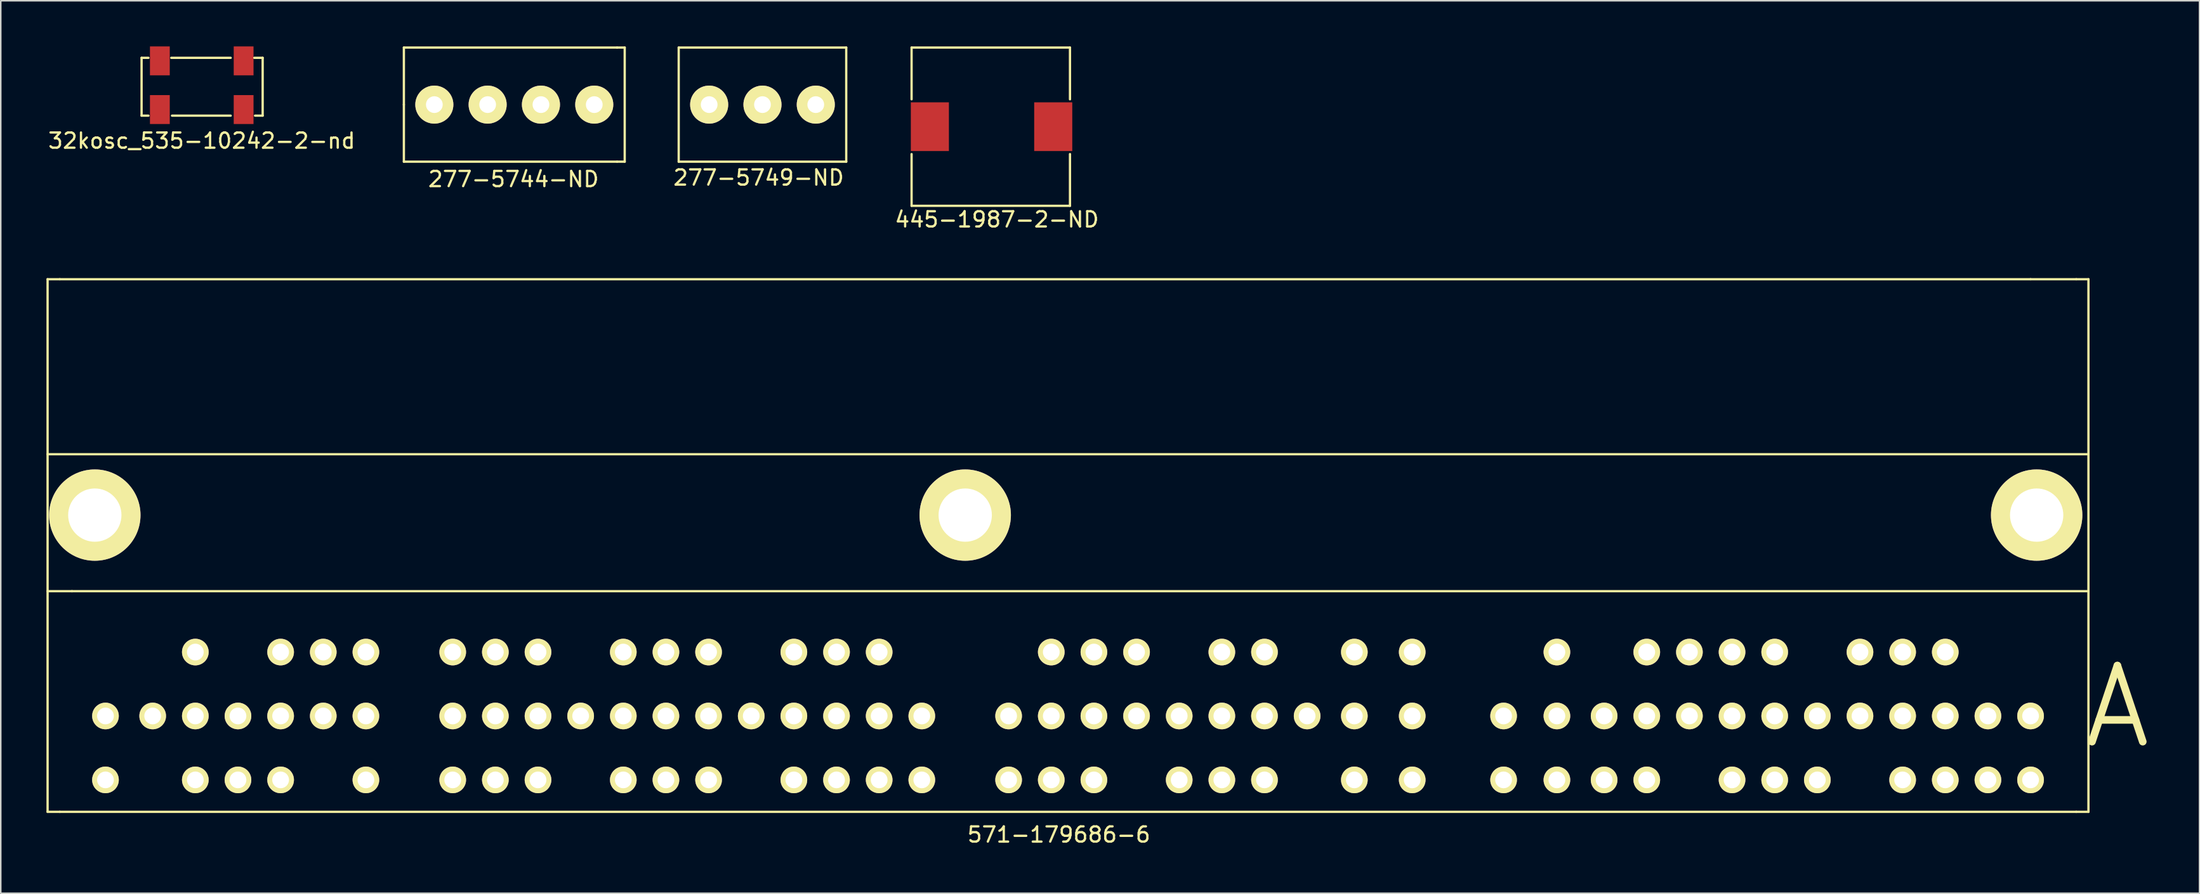
<source format=kicad_pcb>
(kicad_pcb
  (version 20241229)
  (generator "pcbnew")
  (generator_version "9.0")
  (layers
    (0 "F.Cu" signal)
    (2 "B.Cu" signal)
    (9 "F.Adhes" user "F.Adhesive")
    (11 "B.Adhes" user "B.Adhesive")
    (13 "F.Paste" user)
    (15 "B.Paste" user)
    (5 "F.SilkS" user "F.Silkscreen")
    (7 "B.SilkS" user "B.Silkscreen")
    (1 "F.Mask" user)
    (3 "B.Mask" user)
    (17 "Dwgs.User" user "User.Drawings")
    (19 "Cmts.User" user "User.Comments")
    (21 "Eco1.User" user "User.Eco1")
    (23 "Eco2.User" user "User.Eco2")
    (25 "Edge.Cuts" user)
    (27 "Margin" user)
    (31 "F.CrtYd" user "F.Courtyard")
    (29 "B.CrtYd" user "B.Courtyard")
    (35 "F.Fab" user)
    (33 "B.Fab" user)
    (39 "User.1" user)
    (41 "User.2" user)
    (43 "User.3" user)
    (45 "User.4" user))
  (footprint "277-5749-ND"
    (layer "F.Cu")
    (at 43.513 3.825)
    (property "Reference" "277-5749-ND" (at 3.25 4.8 0) (layer "F.SilkS") (effects (font (size 1 1) (thickness 0.15))))
    (attr through_hole)
    (fp_line (start -2 -3.75) (end -2 3.75) (stroke (width 0.15) (type solid)) (layer "F.SilkS"))
    (fp_line (start 9 -3.75) (end -2 -3.75) (stroke (width 0.15) (type solid)) (layer "F.SilkS"))
    (fp_line (start 9 3.75) (end -2 3.75) (stroke (width 0.15) (type solid)) (layer "F.SilkS"))
    (fp_line (start 9 3.75) (end 9 -3.75) (stroke (width 0.15) (type solid)) (layer "F.SilkS"))
    (pad "1" thru_hole circle (at 0 0) (size 2.5 2.5) (drill 1.1) (layers "*.Cu" "*.Mask" "F.SilkS"))
    (pad "2" thru_hole circle (at 3.5 0) (size 2.5 2.5) (drill 1.1) (layers "*.Cu" "*.Mask" "F.SilkS"))
    (pad "3" thru_hole circle (at 7 0) (size 2.5 2.5) (drill 1.1) (layers "*.Cu" "*.Mask" "F.SilkS")))
  (footprint "445-1987-2-ND"
    (layer "F.Cu")
    (at 58.004 5.275)
    (property "Reference" "445-1987-2-ND" (at 4.4 6.1 0) (layer "F.SilkS") (effects (font (size 1 1) (thickness 0.15))))
    (attr through_hole)
    (fp_line (start -1.2 -5.2) (end -1.2 -1.8) (stroke (width 0.15) (type solid)) (layer "F.SilkS"))
    (fp_line (start -1.2 1.8) (end -1.2 5.2) (stroke (width 0.15) (type solid)) (layer "F.SilkS"))
    (fp_line (start -1.2 5.2) (end 9.2 5.2) (stroke (width 0.15) (type solid)) (layer "F.SilkS"))
    (fp_line (start 9.2 -5.2) (end -1.2 -5.2) (stroke (width 0.15) (type solid)) (layer "F.SilkS"))
    (fp_line (start 9.2 -5.2) (end 9.2 -1.8) (stroke (width 0.15) (type solid)) (layer "F.SilkS"))
    (fp_line (start 9.2 5.2) (end 9.2 1.8) (stroke (width 0.15) (type solid)) (layer "F.SilkS"))
    (pad "1" smd rect (at 0 0) (size 2.5 3.2) (layers "F.Cu" "F.Mask" "F.Paste"))
    (pad "2" smd rect (at 8.1 0) (size 2.5 3.2) (layers "F.Cu" "F.Mask" "F.Paste")))
  (footprint "571-179686-6"
    (layer "F.Cu")
    (at 3.875 39.798)
    (property "Reference" "571-179686-6" (at 62.6 12 0) (layer "F.SilkS") (effects (font (size 1 1) (thickness 0.15))))
    (attr through_hole)
    (fp_line (start -3.8 -24.5) (end -3 -24.5) (stroke (width 0.15) (type solid)) (layer "F.SilkS"))
    (fp_line (start -3.8 -13) (end 130.2 -13) (stroke (width 0.15) (type solid)) (layer "F.SilkS"))
    (fp_line (start -3.8 10.5) (end -3.8 -24.5) (stroke (width 0.15) (type solid)) (layer "F.SilkS"))
    (fp_line (start -3 -24.5) (end 126.4 -24.5) (stroke (width 0.15) (type solid)) (layer "F.SilkS"))
    (fp_line (start -3 10.5) (end -3.8 10.5) (stroke (width 0.15) (type solid)) (layer "F.SilkS"))
    (fp_line (start -2.2 -4) (end -3.8 -4) (stroke (width 0.15) (type solid)) (layer "F.SilkS"))
    (fp_line (start 129.4 -24.5) (end 126.4 -24.5) (stroke (width 0.15) (type solid)) (layer "F.SilkS"))
    (fp_line (start 129.4 10.5) (end -3 10.5) (stroke (width 0.15) (type solid)) (layer "F.SilkS"))
    (fp_line (start 129.4 10.5) (end 130.2 10.5) (stroke (width 0.15) (type solid)) (layer "F.SilkS"))
    (fp_line (start 130.2 -24.5) (end 129.4 -24.5) (stroke (width 0.15) (type solid)) (layer "F.SilkS"))
    (fp_line (start 130.2 -4) (end -2.2 -4) (stroke (width 0.15) (type solid)) (layer "F.SilkS"))
    (fp_line (start 130.2 10.5) (end 130.2 -24.5) (stroke (width 0.15) (type solid)) (layer "F.SilkS"))
    (fp_text user "A" (at 132.1 3.6 0) (layer "F.SilkS") (effects (font (size 5 5) (thickness 0.5))))
    (fp_text user "Board Edge" (at 13.6 -14.1 0) (layer "Eco1.User") (effects (font (size 1 1) (thickness 0.15))))
    (fp_text user "CONNECTOR WELL STARTS HERE" (at 18.4 -5 0) (layer "Eco1.User") (effects (font (size 1 1) (thickness 0.15))))
    (pad "A01" thru_hole circle (at 126.4 8.4) (size 1.75 1.75) (drill 1.1) (layers "*.Cu" "*.Mask" "F.SilkS"))
    (pad "A02" thru_hole circle (at 123.6 8.4) (size 1.75 1.75) (drill 1.1) (layers "*.Cu" "*.Mask" "F.SilkS"))
    (pad "A03" thru_hole circle (at 120.8 8.4) (size 1.75 1.75) (drill 1.1) (layers "*.Cu" "*.Mask" "F.SilkS"))
    (pad "A04" thru_hole circle (at 118 8.4) (size 1.75 1.75) (drill 1.1) (layers "*.Cu" "*.Mask" "F.SilkS"))
    (pad "A05" thru_hole circle (at 112.4 8.4) (size 1.75 1.75) (drill 1.1) (layers "*.Cu" "*.Mask" "F.SilkS"))
    (pad "A06" thru_hole circle (at 109.6 8.4) (size 1.75 1.75) (drill 1.1) (layers "*.Cu" "*.Mask" "F.SilkS"))
    (pad "A07" thru_hole circle (at 106.8 8.4) (size 1.75 1.75) (drill 1.1) (layers "*.Cu" "*.Mask" "F.SilkS"))
    (pad "A08" thru_hole circle (at 101.2 8.4) (size 1.75 1.75) (drill 1.1) (layers "*.Cu" "*.Mask" "F.SilkS"))
    (pad "A09" thru_hole circle (at 98.4 8.4) (size 1.75 1.75) (drill 1.1) (layers "*.Cu" "*.Mask" "F.SilkS"))
    (pad "A10" thru_hole circle (at 95.3 8.4) (size 1.75 1.75) (drill 1.1) (layers "*.Cu" "*.Mask" "F.SilkS"))
    (pad "A11" thru_hole circle (at 91.8 8.4) (size 1.75 1.75) (drill 1.1) (layers "*.Cu" "*.Mask" "F.SilkS"))
    (pad "A12" thru_hole circle (at 126.4 4.2) (size 1.75 1.75) (drill 1.1) (layers "*.Cu" "*.Mask" "F.SilkS"))
    (pad "A13" thru_hole circle (at 123.6 4.2) (size 1.75 1.75) (drill 1.1) (layers "*.Cu" "*.Mask" "F.SilkS"))
    (pad "A14" thru_hole circle (at 120.8 4.2) (size 1.75 1.75) (drill 1.1) (layers "*.Cu" "*.Mask" "F.SilkS"))
    (pad "A15" thru_hole circle (at 118 4.2) (size 1.75 1.75) (drill 1.1) (layers "*.Cu" "*.Mask" "F.SilkS"))
    (pad "A16" thru_hole circle (at 115.2 4.2) (size 1.75 1.75) (drill 1.1) (layers "*.Cu" "*.Mask" "F.SilkS"))
    (pad "A17" thru_hole circle (at 112.4 4.2) (size 1.75 1.75) (drill 1.1) (layers "*.Cu" "*.Mask" "F.SilkS"))
    (pad "A18" thru_hole circle (at 109.6 4.2) (size 1.75 1.75) (drill 1.1) (layers "*.Cu" "*.Mask" "F.SilkS"))
    (pad "A19" thru_hole circle (at 106.8 4.2) (size 1.75 1.75) (drill 1.1) (layers "*.Cu" "*.Mask" "F.SilkS"))
    (pad "A20" thru_hole circle (at 104 4.2) (size 1.75 1.75) (drill 1.1) (layers "*.Cu" "*.Mask" "F.SilkS"))
    (pad "A21" thru_hole circle (at 101.2 4.2) (size 1.75 1.75) (drill 1.1) (layers "*.Cu" "*.Mask" "F.SilkS"))
    (pad "A22" thru_hole circle (at 98.4 4.2) (size 1.75 1.75) (drill 1.1) (layers "*.Cu" "*.Mask" "F.SilkS"))
    (pad "A23" thru_hole circle (at 95.3 4.2) (size 1.75 1.75) (drill 1.1) (layers "*.Cu" "*.Mask" "F.SilkS"))
    (pad "A24" thru_hole circle (at 91.8 4.2) (size 1.75 1.75) (drill 1.1) (layers "*.Cu" "*.Mask" "F.SilkS"))
    (pad "A25" thru_hole circle (at 120.8 0) (size 1.75 1.75) (drill 1.1) (layers "*.Cu" "*.Mask" "F.SilkS"))
    (pad "A26" thru_hole circle (at 118 0) (size 1.75 1.75) (drill 1.1) (layers "*.Cu" "*.Mask" "F.SilkS"))
    (pad "A27" thru_hole circle (at 115.2 0) (size 1.75 1.75) (drill 1.1) (layers "*.Cu" "*.Mask" "F.SilkS"))
    (pad "A28" thru_hole circle (at 109.6 0) (size 1.75 1.75) (drill 1.1) (layers "*.Cu" "*.Mask" "F.SilkS"))
    (pad "A29" thru_hole circle (at 106.8 0) (size 1.75 1.75) (drill 1.1) (layers "*.Cu" "*.Mask" "F.SilkS"))
    (pad "A30" thru_hole circle (at 104 0) (size 1.75 1.75) (drill 1.1) (layers "*.Cu" "*.Mask" "F.SilkS"))
    (pad "A31" thru_hole circle (at 101.2 0) (size 1.75 1.75) (drill 1.1) (layers "*.Cu" "*.Mask" "F.SilkS"))
    (pad "A32" thru_hole circle (at 95.3 0) (size 1.75 1.75) (drill 1.1) (layers "*.Cu" "*.Mask" "F.SilkS"))
    (pad "B01" thru_hole circle (at 85.8 8.4) (size 1.75 1.75) (drill 1.1) (layers "*.Cu" "*.Mask" "F.SilkS"))
    (pad "B02" thru_hole circle (at 82 8.4) (size 1.75 1.75) (drill 1.1) (layers "*.Cu" "*.Mask" "F.SilkS"))
    (pad "B03" thru_hole circle (at 76.1 8.4) (size 1.75 1.75) (drill 1.1) (layers "*.Cu" "*.Mask" "F.SilkS"))
    (pad "B04" thru_hole circle (at 73.3 8.4) (size 1.75 1.75) (drill 1.1) (layers "*.Cu" "*.Mask" "F.SilkS"))
    (pad "B05" thru_hole circle (at 70.5 8.4) (size 1.75 1.75) (drill 1.1) (layers "*.Cu" "*.Mask" "F.SilkS"))
    (pad "B06" thru_hole circle (at 64.9 8.4) (size 1.75 1.75) (drill 1.1) (layers "*.Cu" "*.Mask" "F.SilkS"))
    (pad "B07" thru_hole circle (at 62.1 8.4) (size 1.75 1.75) (drill 1.1) (layers "*.Cu" "*.Mask" "F.SilkS"))
    (pad "B08" thru_hole circle (at 59.3 8.4) (size 1.75 1.75) (drill 1.1) (layers "*.Cu" "*.Mask" "F.SilkS"))
    (pad "B09" thru_hole circle (at 85.8 4.2) (size 1.75 1.75) (drill 1.1) (layers "*.Cu" "*.Mask" "F.SilkS"))
    (pad "B10" thru_hole circle (at 82 4.2) (size 1.75 1.75) (drill 1.1) (layers "*.Cu" "*.Mask" "F.SilkS"))
    (pad "B11" thru_hole circle (at 78.9 4.2) (size 1.75 1.75) (drill 1.1) (layers "*.Cu" "*.Mask" "F.SilkS"))
    (pad "B12" thru_hole circle (at 76.1 4.2) (size 1.75 1.75) (drill 1.1) (layers "*.Cu" "*.Mask" "F.SilkS"))
    (pad "B13" thru_hole circle (at 73.3 4.2) (size 1.75 1.75) (drill 1.1) (layers "*.Cu" "*.Mask" "F.SilkS"))
    (pad "B14" thru_hole circle (at 70.5 4.2) (size 1.75 1.75) (drill 1.1) (layers "*.Cu" "*.Mask" "F.SilkS"))
    (pad "B15" thru_hole circle (at 67.7 4.2) (size 1.75 1.75) (drill 1.1) (layers "*.Cu" "*.Mask" "F.SilkS"))
    (pad "B16" thru_hole circle (at 64.9 4.2) (size 1.75 1.75) (drill 1.1) (layers "*.Cu" "*.Mask" "F.SilkS"))
    (pad "B17" thru_hole circle (at 62.1 4.2) (size 1.75 1.75) (drill 1.1) (layers "*.Cu" "*.Mask" "F.SilkS"))
    (pad "B18" thru_hole circle (at 59.3 4.2) (size 1.75 1.75) (drill 1.1) (layers "*.Cu" "*.Mask" "F.SilkS"))
    (pad "B19" thru_hole circle (at 85.8 0) (size 1.75 1.75) (drill 1.1) (layers "*.Cu" "*.Mask" "F.SilkS"))
    (pad "B20" thru_hole circle (at 82 0) (size 1.75 1.75) (drill 1.1) (layers "*.Cu" "*.Mask" "F.SilkS"))
    (pad "B21" thru_hole circle (at 76.1 0) (size 1.75 1.75) (drill 1.1) (layers "*.Cu" "*.Mask" "F.SilkS"))
    (pad "B22" thru_hole circle (at 73.3 0) (size 1.75 1.75) (drill 1.1) (layers "*.Cu" "*.Mask" "F.SilkS"))
    (pad "B23" thru_hole circle (at 67.7 0) (size 1.75 1.75) (drill 1.1) (layers "*.Cu" "*.Mask" "F.SilkS"))
    (pad "B24" thru_hole circle (at 64.9 0) (size 1.75 1.75) (drill 1.1) (layers "*.Cu" "*.Mask" "F.SilkS"))
    (pad "B25" thru_hole circle (at 62.1 0) (size 1.75 1.75) (drill 1.1) (layers "*.Cu" "*.Mask" "F.SilkS"))
    (pad "C01" thru_hole circle (at 53.6 8.4) (size 1.75 1.75) (drill 1.1) (layers "*.Cu" "*.Mask" "F.SilkS"))
    (pad "C02" thru_hole circle (at 50.8 8.4) (size 1.75 1.75) (drill 1.1) (layers "*.Cu" "*.Mask" "F.SilkS"))
    (pad "C03" thru_hole circle (at 48 8.4) (size 1.75 1.75) (drill 1.1) (layers "*.Cu" "*.Mask" "F.SilkS"))
    (pad "C04" thru_hole circle (at 45.2 8.4) (size 1.75 1.75) (drill 1.1) (layers "*.Cu" "*.Mask" "F.SilkS"))
    (pad "C05" thru_hole circle (at 39.6 8.4) (size 1.75 1.75) (drill 1.1) (layers "*.Cu" "*.Mask" "F.SilkS"))
    (pad "C06" thru_hole circle (at 36.8 8.4) (size 1.75 1.75) (drill 1.1) (layers "*.Cu" "*.Mask" "F.SilkS"))
    (pad "C07" thru_hole circle (at 34 8.4) (size 1.75 1.75) (drill 1.1) (layers "*.Cu" "*.Mask" "F.SilkS"))
    (pad "C08" thru_hole circle (at 28.4 8.4) (size 1.75 1.75) (drill 1.1) (layers "*.Cu" "*.Mask" "F.SilkS"))
    (pad "C09" thru_hole circle (at 25.6 8.4) (size 1.75 1.75) (drill 1.1) (layers "*.Cu" "*.Mask" "F.SilkS"))
    (pad "C10" thru_hole circle (at 22.8 8.4) (size 1.75 1.75) (drill 1.1) (layers "*.Cu" "*.Mask" "F.SilkS"))
    (pad "C11" thru_hole circle (at 53.6 4.2) (size 1.75 1.75) (drill 1.1) (layers "*.Cu" "*.Mask" "F.SilkS"))
    (pad "C12" thru_hole circle (at 50.8 4.2) (size 1.75 1.75) (drill 1.1) (layers "*.Cu" "*.Mask" "F.SilkS"))
    (pad "C13" thru_hole circle (at 48 4.2) (size 1.75 1.75) (drill 1.1) (layers "*.Cu" "*.Mask" "F.SilkS"))
    (pad "C14" thru_hole circle (at 45.2 4.2) (size 1.75 1.75) (drill 1.1) (layers "*.Cu" "*.Mask" "F.SilkS"))
    (pad "C15" thru_hole circle (at 42.4 4.2) (size 1.75 1.75) (drill 1.1) (layers "*.Cu" "*.Mask" "F.SilkS"))
    (pad "C16" thru_hole circle (at 39.6 4.2) (size 1.75 1.75) (drill 1.1) (layers "*.Cu" "*.Mask" "F.SilkS"))
    (pad "C17" thru_hole circle (at 36.8 4.2) (size 1.75 1.75) (drill 1.1) (layers "*.Cu" "*.Mask" "F.SilkS"))
    (pad "C18" thru_hole circle (at 34 4.2) (size 1.75 1.75) (drill 1.1) (layers "*.Cu" "*.Mask" "F.SilkS"))
    (pad "C19" thru_hole circle (at 31.2 4.2) (size 1.75 1.75) (drill 1.1) (layers "*.Cu" "*.Mask" "F.SilkS"))
    (pad "C20" thru_hole circle (at 28.4 4.2) (size 1.75 1.75) (drill 1.1) (layers "*.Cu" "*.Mask" "F.SilkS"))
    (pad "C21" thru_hole circle (at 25.6 4.2) (size 1.75 1.75) (drill 1.1) (layers "*.Cu" "*.Mask" "F.SilkS"))
    (pad "C22" thru_hole circle (at 22.8 4.2) (size 1.75 1.75) (drill 1.1) (layers "*.Cu" "*.Mask" "F.SilkS"))
    (pad "C23" thru_hole circle (at 50.8 0) (size 1.75 1.75) (drill 1.1) (layers "*.Cu" "*.Mask" "F.SilkS"))
    (pad "C24" thru_hole circle (at 48 0) (size 1.75 1.75) (drill 1.1) (layers "*.Cu" "*.Mask" "F.SilkS"))
    (pad "C25" thru_hole circle (at 45.2 0) (size 1.75 1.75) (drill 1.1) (layers "*.Cu" "*.Mask" "F.SilkS"))
    (pad "C26" thru_hole circle (at 39.6 0) (size 1.75 1.75) (drill 1.1) (layers "*.Cu" "*.Mask" "F.SilkS"))
    (pad "C27" thru_hole circle (at 36.8 0) (size 1.75 1.75) (drill 1.1) (layers "*.Cu" "*.Mask" "F.SilkS"))
    (pad "C28" thru_hole circle (at 34 0) (size 1.75 1.75) (drill 1.1) (layers "*.Cu" "*.Mask" "F.SilkS"))
    (pad "C29" thru_hole circle (at 28.4 0) (size 1.75 1.75) (drill 1.1) (layers "*.Cu" "*.Mask" "F.SilkS"))
    (pad "C30" thru_hole circle (at 25.6 0) (size 1.75 1.75) (drill 1.1) (layers "*.Cu" "*.Mask" "F.SilkS"))
    (pad "C31" thru_hole circle (at 22.8 0) (size 1.75 1.75) (drill 1.1) (layers "*.Cu" "*.Mask" "F.SilkS"))
    (pad "D01" thru_hole circle (at 17.1 8.4) (size 1.75 1.75) (drill 1.1) (layers "*.Cu" "*.Mask" "F.SilkS"))
    (pad "D02" thru_hole circle (at 11.5 8.4) (size 1.75 1.75) (drill 1.1) (layers "*.Cu" "*.Mask" "F.SilkS"))
    (pad "D03" thru_hole circle (at 8.7 8.4) (size 1.75 1.75) (drill 1.1) (layers "*.Cu" "*.Mask" "F.SilkS"))
    (pad "D04" thru_hole circle (at 5.9 8.4) (size 1.75 1.75) (drill 1.1) (layers "*.Cu" "*.Mask" "F.SilkS"))
    (pad "D05" thru_hole circle (at 0 8.4) (size 1.75 1.75) (drill 1.1) (layers "*.Cu" "*.Mask" "F.SilkS"))
    (pad "D06" thru_hole circle (at 17.1 4.2) (size 1.75 1.75) (drill 1.1) (layers "*.Cu" "*.Mask" "F.SilkS"))
    (pad "D07" thru_hole circle (at 14.3 4.2) (size 1.75 1.75) (drill 1.1) (layers "*.Cu" "*.Mask" "F.SilkS"))
    (pad "D08" thru_hole circle (at 11.5 4.2) (size 1.75 1.75) (drill 1.1) (layers "*.Cu" "*.Mask" "F.SilkS"))
    (pad "D09" thru_hole circle (at 8.7 4.2) (size 1.75 1.75) (drill 1.1) (layers "*.Cu" "*.Mask" "F.SilkS"))
    (pad "D10" thru_hole circle (at 5.9 4.2) (size 1.75 1.75) (drill 1.1) (layers "*.Cu" "*.Mask" "F.SilkS"))
    (pad "D11" thru_hole circle (at 3.1 4.2) (size 1.75 1.75) (drill 1.1) (layers "*.Cu" "*.Mask" "F.SilkS"))
    (pad "D12" thru_hole circle (at 0 4.2) (size 1.75 1.75) (drill 1.1) (layers "*.Cu" "*.Mask" "F.SilkS"))
    (pad "D13" thru_hole circle (at 17.1 0) (size 1.75 1.75) (drill 1.1) (layers "*.Cu" "*.Mask" "F.SilkS"))
    (pad "D14" thru_hole circle (at 14.3 0) (size 1.75 1.75) (drill 1.1) (layers "*.Cu" "*.Mask" "F.SilkS"))
    (pad "D15" thru_hole circle (at 11.5 0) (size 1.75 1.75) (drill 1.1) (layers "*.Cu" "*.Mask" "F.SilkS"))
    (pad "D16" thru_hole circle (at 5.9 0) (size 1.75 1.75) (drill 1.1) (layers "*.Cu" "*.Mask" "F.SilkS"))
    (pad "MECH" thru_hole circle (at -0.7 -9) (size 6 6) (drill 3.5) (layers "*.Cu" "*.Mask" "F.SilkS"))
    (pad "MECH" thru_hole circle (at 56.45 -9) (size 6 6) (drill 3.5) (layers "*.Cu" "*.Mask" "F.SilkS"))
    (pad "MECH" thru_hole circle (at 126.8 -9) (size 6 6) (drill 3.5) (layers "*.Cu" "*.Mask" "F.SilkS")))
  (footprint "32kosc_535-10242-2-nd"
    (layer "F.Cu")
    (at 7.446 4.15)
    (property "Reference" "32kosc_535-10242-2-nd" (at 2.75 2.05 0) (layer "F.SilkS") (effects (font (size 1 1) (thickness 0.15))))
    (attr through_hole)
    (fp_line (start -1.2 -3.4) (end -1.2 0.4) (stroke (width 0.15) (type solid)) (layer "F.SilkS"))
    (fp_line (start -1.2 0.4) (end -0.75 0.4) (stroke (width 0.15) (type solid)) (layer "F.SilkS"))
    (fp_line (start -0.75 -3.4) (end -1.2 -3.4) (stroke (width 0.15) (type solid)) (layer "F.SilkS"))
    (fp_line (start 0.75 -3.4) (end 4.65 -3.4) (stroke (width 0.15) (type solid)) (layer "F.SilkS"))
    (fp_line (start 0.8 0.4) (end 4.65 0.4) (stroke (width 0.15) (type solid)) (layer "F.SilkS"))
    (fp_line (start 6.2 -3.4) (end 6.75 -3.4) (stroke (width 0.15) (type solid)) (layer "F.SilkS"))
    (fp_line (start 6.25 0.4) (end 6.75 0.4) (stroke (width 0.15) (type solid)) (layer "F.SilkS"))
    (fp_line (start 6.75 0.4) (end 6.75 -3.4) (stroke (width 0.15) (type solid)) (layer "F.SilkS"))
    (pad "1" smd rect (at 0 0) (size 1.3 1.9) (layers "F.Cu" "F.Mask" "F.Paste"))
    (pad "2" smd rect (at 5.5 0) (size 1.3 1.9) (layers "F.Cu" "F.Mask" "F.Paste"))
    (pad "3" smd rect (at 5.5 -3.2) (size 1.3 1.9) (layers "F.Cu" "F.Mask" "F.Paste"))
    (pad "4" smd rect (at 0 -3.2) (size 1.3 1.9) (layers "F.Cu" "F.Mask" "F.Paste")))
  (footprint "277-5744-ND"
    (layer "F.Cu")
    (at 25.468 3.825)
    (property "Reference" "277-5744-ND" (at 5.2 4.9 0) (layer "F.SilkS") (effects (font (size 1 1) (thickness 0.15))))
    (attr through_hole)
    (fp_line (start -2 -3.75) (end 12 -3.75) (stroke (width 0.15) (type solid)) (layer "F.SilkS"))
    (fp_line (start -2 0) (end -2 -3.75) (stroke (width 0.15) (type solid)) (layer "F.SilkS"))
    (fp_line (start -2 0) (end -2 3.75) (stroke (width 0.15) (type solid)) (layer "F.SilkS"))
    (fp_line (start -2 3.75) (end 12 3.75) (stroke (width 0.15) (type solid)) (layer "F.SilkS"))
    (fp_line (start 12 3.75) (end 12.5 3.75) (stroke (width 0.15) (type solid)) (layer "F.SilkS"))
    (fp_line (start 12.5 -3.75) (end 12 -3.75) (stroke (width 0.15) (type solid)) (layer "F.SilkS"))
    (fp_line (start 12.5 3.75) (end 12.5 -3.75) (stroke (width 0.15) (type solid)) (layer "F.SilkS"))
    (pad "1" thru_hole circle (at 0 0) (size 2.5 2.5) (drill 1.1) (layers "*.Cu" "*.Mask" "F.SilkS"))
    (pad "2" thru_hole circle (at 3.5 0) (size 2.5 2.5) (drill 1.1) (layers "*.Cu" "*.Mask" "F.SilkS"))
    (pad "3" thru_hole circle (at 7 0) (size 2.5 2.5) (drill 1.1) (layers "*.Cu" "*.Mask" "F.SilkS"))
    (pad "4" thru_hole circle (at 10.5 0) (size 2.5 2.5) (drill 1.1) (layers "*.Cu" "*.Mask" "F.SilkS")))
  (gr_rect
    (start -3 -3)
    (end 141.368 55.647)
    (stroke (width 0.1) (type default))
    (fill no)
    (layer "Edge.Cuts")))
</source>
